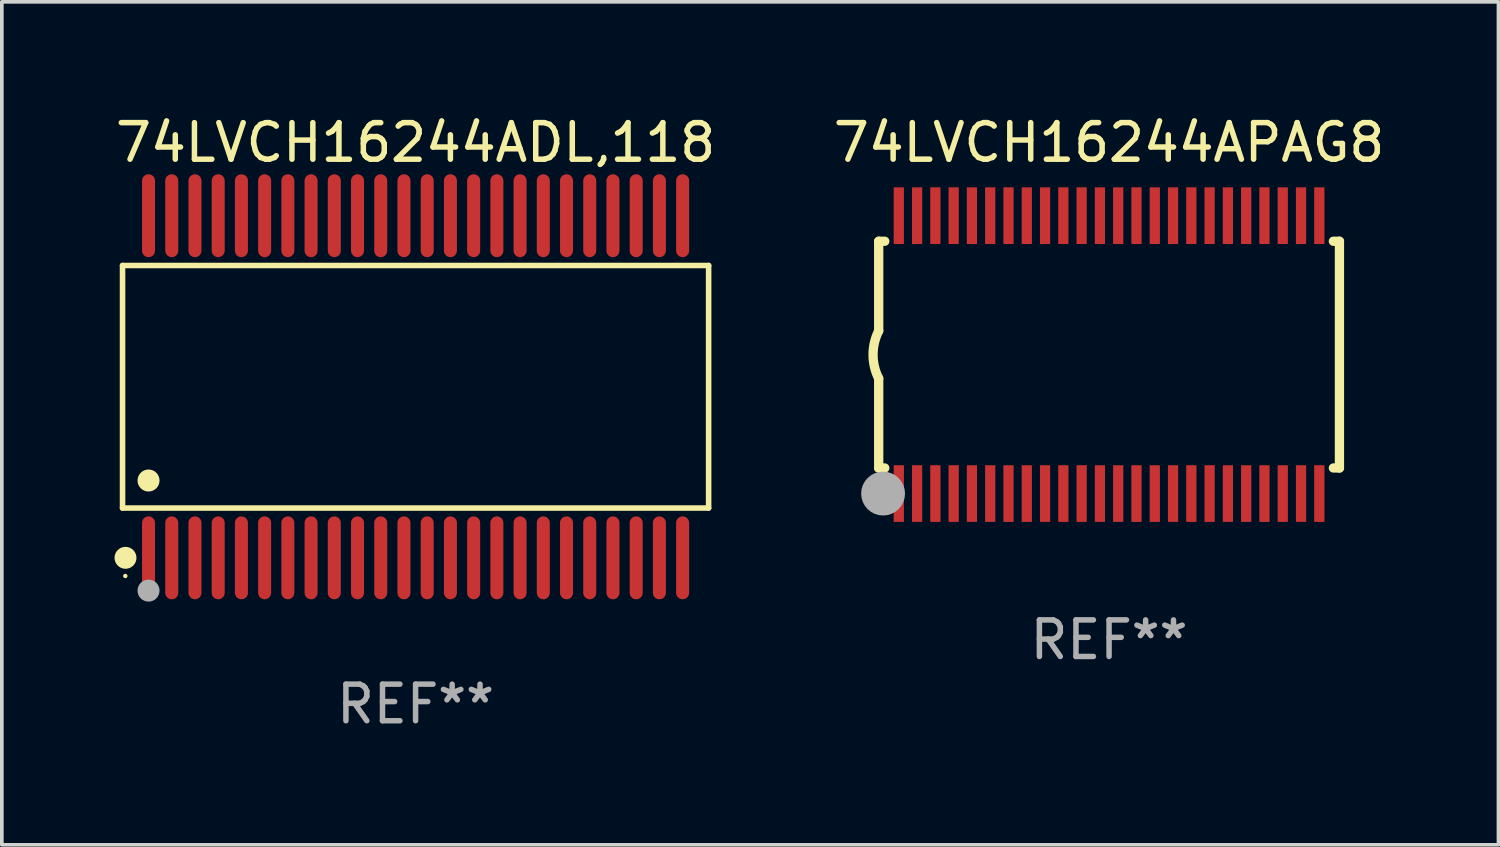
<source format=kicad_pcb>
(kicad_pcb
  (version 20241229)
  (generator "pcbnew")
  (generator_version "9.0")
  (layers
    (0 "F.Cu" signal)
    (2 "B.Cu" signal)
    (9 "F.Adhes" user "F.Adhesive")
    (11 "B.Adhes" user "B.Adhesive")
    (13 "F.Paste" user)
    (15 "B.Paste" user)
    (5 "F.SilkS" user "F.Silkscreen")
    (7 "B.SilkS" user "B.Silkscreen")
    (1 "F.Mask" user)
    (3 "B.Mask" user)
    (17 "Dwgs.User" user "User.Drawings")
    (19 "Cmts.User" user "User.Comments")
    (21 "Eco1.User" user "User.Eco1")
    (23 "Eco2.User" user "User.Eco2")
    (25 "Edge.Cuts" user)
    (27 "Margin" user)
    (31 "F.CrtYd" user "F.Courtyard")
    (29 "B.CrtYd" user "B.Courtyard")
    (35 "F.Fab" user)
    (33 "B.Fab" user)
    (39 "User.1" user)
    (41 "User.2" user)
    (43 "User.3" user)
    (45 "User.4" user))
  (footprint "74LVCH16244APAG8"
    (layer "F.Cu")
    (at 27.28 6.648)
    (property "Reference" "74LVCH16244APAG8" (at 0 -5.8 0) (layer "F.SilkS") (effects (font (size 1 1) (thickness 0.15))))
    (attr through_hole)
    (fp_line (start -6.3 -3.1) (end -6.3 -0.65) (stroke (width 0.254) (type solid)) (layer "F.SilkS"))
    (fp_line (start -6.3 -3.1) (end -6.134 -3.1) (stroke (width 0.254) (type solid)) (layer "F.SilkS"))
    (fp_line (start -6.3 3.1) (end -6.3 0.65) (stroke (width 0.254) (type solid)) (layer "F.SilkS"))
    (fp_line (start -6.3 3.1) (end -6.134 3.1) (stroke (width 0.254) (type solid)) (layer "F.SilkS"))
    (fp_line (start 6.134 -3.1) (end 6.3 -3.1) (stroke (width 0.254) (type solid)) (layer "F.SilkS"))
    (fp_line (start 6.134 3.1) (end 6.3 3.1) (stroke (width 0.254) (type solid)) (layer "F.SilkS"))
    (fp_line (start 6.3 -3.1) (end 6.3 3.1) (stroke (width 0.254) (type solid)) (layer "F.SilkS"))
    (fp_arc (start -6.301016 0.650114) (mid -6.45413 -0.000082) (end -6.3 -0.650038) (stroke (width 0.254001) (type solid)) (layer "F.SilkS"))
    (fp_circle (center -6.35 3.81) (end -6.223 3.81) (stroke (width 0.254) (type solid)) (fill no) (layer "F.SilkS"))
    (fp_circle (center -6.25 4.05) (end -6.22 4.05) (stroke (width 0.06) (type solid)) (fill no) (layer "F.SilkS"))
    (fp_circle (center -6.18 3.8) (end -5.88 3.8) (stroke (width 0.6) (type solid)) (fill no) (layer "F.Fab"))
    (fp_text user "REF**" (at 0 7.8 0) (layer "F.Fab") (effects (font (size 1 1) (thickness 0.15))))
    (pad "1" smd rect (at -5.75 3.8) (size 0.28 1.55) (layers "F.Cu" "F.Mask" "F.Paste"))
    (pad "2" smd rect (at -5.25 3.8) (size 0.28 1.55) (layers "F.Cu" "F.Mask" "F.Paste"))
    (pad "3" smd rect (at -4.75 3.8) (size 0.28 1.55) (layers "F.Cu" "F.Mask" "F.Paste"))
    (pad "4" smd rect (at -4.25 3.8) (size 0.28 1.55) (layers "F.Cu" "F.Mask" "F.Paste"))
    (pad "5" smd rect (at -3.75 3.8) (size 0.28 1.55) (layers "F.Cu" "F.Mask" "F.Paste"))
    (pad "6" smd rect (at -3.25 3.8) (size 0.28 1.55) (layers "F.Cu" "F.Mask" "F.Paste"))
    (pad "7" smd rect (at -2.75 3.8) (size 0.28 1.55) (layers "F.Cu" "F.Mask" "F.Paste"))
    (pad "8" smd rect (at -2.25 3.8) (size 0.28 1.55) (layers "F.Cu" "F.Mask" "F.Paste"))
    (pad "9" smd rect (at -1.75 3.8) (size 0.28 1.55) (layers "F.Cu" "F.Mask" "F.Paste"))
    (pad "10" smd rect (at -1.25 3.8) (size 0.28 1.55) (layers "F.Cu" "F.Mask" "F.Paste"))
    (pad "11" smd rect (at -0.75 3.8) (size 0.28 1.55) (layers "F.Cu" "F.Mask" "F.Paste"))
    (pad "12" smd rect (at -0.25 3.8) (size 0.28 1.55) (layers "F.Cu" "F.Mask" "F.Paste"))
    (pad "13" smd rect (at 0.25 3.8) (size 0.28 1.55) (layers "F.Cu" "F.Mask" "F.Paste"))
    (pad "14" smd rect (at 0.75 3.8) (size 0.28 1.55) (layers "F.Cu" "F.Mask" "F.Paste"))
    (pad "15" smd rect (at 1.25 3.8) (size 0.28 1.55) (layers "F.Cu" "F.Mask" "F.Paste"))
    (pad "16" smd rect (at 1.75 3.8) (size 0.28 1.55) (layers "F.Cu" "F.Mask" "F.Paste"))
    (pad "17" smd rect (at 2.25 3.8) (size 0.28 1.55) (layers "F.Cu" "F.Mask" "F.Paste"))
    (pad "18" smd rect (at 2.75 3.8) (size 0.28 1.55) (layers "F.Cu" "F.Mask" "F.Paste"))
    (pad "19" smd rect (at 3.25 3.8) (size 0.28 1.55) (layers "F.Cu" "F.Mask" "F.Paste"))
    (pad "20" smd rect (at 3.75 3.8) (size 0.28 1.55) (layers "F.Cu" "F.Mask" "F.Paste"))
    (pad "21" smd rect (at 4.25 3.8) (size 0.28 1.55) (layers "F.Cu" "F.Mask" "F.Paste"))
    (pad "22" smd rect (at 4.75 3.8) (size 0.28 1.55) (layers "F.Cu" "F.Mask" "F.Paste"))
    (pad "23" smd rect (at 5.25 3.8) (size 0.28 1.55) (layers "F.Cu" "F.Mask" "F.Paste"))
    (pad "24" smd rect (at 5.75 3.8) (size 0.28 1.55) (layers "F.Cu" "F.Mask" "F.Paste"))
    (pad "25" smd rect (at 5.75 -3.8) (size 0.28 1.55) (layers "F.Cu" "F.Mask" "F.Paste"))
    (pad "26" smd rect (at 5.25 -3.8) (size 0.28 1.55) (layers "F.Cu" "F.Mask" "F.Paste"))
    (pad "27" smd rect (at 4.75 -3.8) (size 0.28 1.55) (layers "F.Cu" "F.Mask" "F.Paste"))
    (pad "28" smd rect (at 4.25 -3.8) (size 0.28 1.55) (layers "F.Cu" "F.Mask" "F.Paste"))
    (pad "29" smd rect (at 3.75 -3.8) (size 0.28 1.55) (layers "F.Cu" "F.Mask" "F.Paste"))
    (pad "30" smd rect (at 3.25 -3.8) (size 0.28 1.55) (layers "F.Cu" "F.Mask" "F.Paste"))
    (pad "31" smd rect (at 2.75 -3.8) (size 0.28 1.55) (layers "F.Cu" "F.Mask" "F.Paste"))
    (pad "32" smd rect (at 2.25 -3.8) (size 0.28 1.55) (layers "F.Cu" "F.Mask" "F.Paste"))
    (pad "33" smd rect (at 1.75 -3.8) (size 0.28 1.55) (layers "F.Cu" "F.Mask" "F.Paste"))
    (pad "34" smd rect (at 1.25 -3.8) (size 0.28 1.55) (layers "F.Cu" "F.Mask" "F.Paste"))
    (pad "35" smd rect (at 0.75 -3.8) (size 0.28 1.55) (layers "F.Cu" "F.Mask" "F.Paste"))
    (pad "36" smd rect (at 0.25 -3.8) (size 0.28 1.55) (layers "F.Cu" "F.Mask" "F.Paste"))
    (pad "37" smd rect (at -0.25 -3.8) (size 0.28 1.55) (layers "F.Cu" "F.Mask" "F.Paste"))
    (pad "38" smd rect (at -0.75 -3.8) (size 0.28 1.55) (layers "F.Cu" "F.Mask" "F.Paste"))
    (pad "39" smd rect (at -1.25 -3.8) (size 0.28 1.55) (layers "F.Cu" "F.Mask" "F.Paste"))
    (pad "40" smd rect (at -1.75 -3.8) (size 0.28 1.55) (layers "F.Cu" "F.Mask" "F.Paste"))
    (pad "41" smd rect (at -2.25 -3.8) (size 0.28 1.55) (layers "F.Cu" "F.Mask" "F.Paste"))
    (pad "42" smd rect (at -2.75 -3.8) (size 0.28 1.55) (layers "F.Cu" "F.Mask" "F.Paste"))
    (pad "43" smd rect (at -3.25 -3.8) (size 0.28 1.55) (layers "F.Cu" "F.Mask" "F.Paste"))
    (pad "44" smd rect (at -3.75 -3.8) (size 0.28 1.55) (layers "F.Cu" "F.Mask" "F.Paste"))
    (pad "45" smd rect (at -4.25 -3.8) (size 0.28 1.55) (layers "F.Cu" "F.Mask" "F.Paste"))
    (pad "46" smd rect (at -4.75 -3.8) (size 0.28 1.55) (layers "F.Cu" "F.Mask" "F.Paste"))
    (pad "47" smd rect (at -5.25 -3.8) (size 0.28 1.55) (layers "F.Cu" "F.Mask" "F.Paste"))
    (pad "48" smd rect (at -5.75 -3.8) (size 0.28 1.55) (layers "F.Cu" "F.Mask" "F.Paste")))
  (footprint "74LVCH16244ADL,118"
    (layer "F.Cu")
    (at 8.315 7.527)
    (property "Reference" "74LVCH16244ADL,118" (at 0 -6.678 0) (layer "F.SilkS") (effects (font (size 1 1) (thickness 0.15))))
    (attr through_hole)
    (fp_line (start -8.014 -3.316) (end 8.014 -3.316) (stroke (width 0.152) (type solid)) (layer "F.SilkS"))
    (fp_line (start -8.014 3.316) (end -8.014 -3.316) (stroke (width 0.152) (type solid)) (layer "F.SilkS"))
    (fp_line (start 8.014 -3.316) (end 8.014 3.316) (stroke (width 0.152) (type solid)) (layer "F.SilkS"))
    (fp_line (start 8.014 3.316) (end -8.014 3.316) (stroke (width 0.152) (type solid)) (layer "F.SilkS"))
    (fp_circle (center -7.938 5.175) (end -7.908 5.175) (stroke (width 0.06) (type solid)) (fill no) (layer "F.SilkS"))
    (fp_circle (center -7.933 4.678) (end -7.783 4.678) (stroke (width 0.3) (type solid)) (fill no) (layer "F.SilkS"))
    (fp_circle (center -7.303 2.564) (end -7.152 2.564) (stroke (width 0.3) (type solid)) (fill no) (layer "F.SilkS"))
    (fp_circle (center -7.303 5.575) (end -7.152 5.575) (stroke (width 0.3) (type solid)) (fill no) (layer "F.Fab"))
    (fp_text user "REF**" (at 0 8.678 0) (layer "F.Fab") (effects (font (size 1 1) (thickness 0.15))))
    (pad "1" smd oval (at -7.303 4.678) (size 0.356 2.267) (layers "F.Cu" "F.Mask" "F.Paste"))
    (pad "2" smd oval (at -6.668 4.678) (size 0.356 2.267) (layers "F.Cu" "F.Mask" "F.Paste"))
    (pad "3" smd oval (at -6.033 4.678) (size 0.356 2.267) (layers "F.Cu" "F.Mask" "F.Paste"))
    (pad "4" smd oval (at -5.398 4.678) (size 0.356 2.267) (layers "F.Cu" "F.Mask" "F.Paste"))
    (pad "5" smd oval (at -4.763 4.678) (size 0.356 2.267) (layers "F.Cu" "F.Mask" "F.Paste"))
    (pad "6" smd oval (at -4.128 4.678) (size 0.356 2.267) (layers "F.Cu" "F.Mask" "F.Paste"))
    (pad "7" smd oval (at -3.493 4.678) (size 0.356 2.267) (layers "F.Cu" "F.Mask" "F.Paste"))
    (pad "8" smd oval (at -2.858 4.678) (size 0.356 2.267) (layers "F.Cu" "F.Mask" "F.Paste"))
    (pad "9" smd oval (at -2.223 4.678) (size 0.356 2.267) (layers "F.Cu" "F.Mask" "F.Paste"))
    (pad "10" smd oval (at -1.588 4.678) (size 0.356 2.267) (layers "F.Cu" "F.Mask" "F.Paste"))
    (pad "11" smd oval (at -0.953 4.678) (size 0.356 2.267) (layers "F.Cu" "F.Mask" "F.Paste"))
    (pad "12" smd oval (at -0.318 4.678) (size 0.356 2.267) (layers "F.Cu" "F.Mask" "F.Paste"))
    (pad "13" smd oval (at 0.318 4.678) (size 0.356 2.267) (layers "F.Cu" "F.Mask" "F.Paste"))
    (pad "14" smd oval (at 0.953 4.678) (size 0.356 2.267) (layers "F.Cu" "F.Mask" "F.Paste"))
    (pad "15" smd oval (at 1.588 4.678) (size 0.356 2.267) (layers "F.Cu" "F.Mask" "F.Paste"))
    (pad "16" smd oval (at 2.223 4.678) (size 0.356 2.267) (layers "F.Cu" "F.Mask" "F.Paste"))
    (pad "17" smd oval (at 2.858 4.678) (size 0.356 2.267) (layers "F.Cu" "F.Mask" "F.Paste"))
    (pad "18" smd oval (at 3.493 4.678) (size 0.356 2.267) (layers "F.Cu" "F.Mask" "F.Paste"))
    (pad "19" smd oval (at 4.128 4.678) (size 0.356 2.267) (layers "F.Cu" "F.Mask" "F.Paste"))
    (pad "20" smd oval (at 4.763 4.678) (size 0.356 2.267) (layers "F.Cu" "F.Mask" "F.Paste"))
    (pad "21" smd oval (at 5.398 4.678) (size 0.356 2.267) (layers "F.Cu" "F.Mask" "F.Paste"))
    (pad "22" smd oval (at 6.033 4.678) (size 0.356 2.267) (layers "F.Cu" "F.Mask" "F.Paste"))
    (pad "23" smd oval (at 6.668 4.678) (size 0.356 2.267) (layers "F.Cu" "F.Mask" "F.Paste"))
    (pad "24" smd oval (at 7.303 4.678) (size 0.356 2.267) (layers "F.Cu" "F.Mask" "F.Paste"))
    (pad "25" smd oval (at 7.303 -4.678) (size 0.356 2.267) (layers "F.Cu" "F.Mask" "F.Paste"))
    (pad "26" smd oval (at 6.668 -4.678) (size 0.356 2.267) (layers "F.Cu" "F.Mask" "F.Paste"))
    (pad "27" smd oval (at 6.033 -4.678) (size 0.356 2.267) (layers "F.Cu" "F.Mask" "F.Paste"))
    (pad "28" smd oval (at 5.398 -4.678) (size 0.356 2.267) (layers "F.Cu" "F.Mask" "F.Paste"))
    (pad "29" smd oval (at 4.763 -4.678) (size 0.356 2.267) (layers "F.Cu" "F.Mask" "F.Paste"))
    (pad "30" smd oval (at 4.128 -4.678) (size 0.356 2.267) (layers "F.Cu" "F.Mask" "F.Paste"))
    (pad "31" smd oval (at 3.493 -4.678) (size 0.356 2.267) (layers "F.Cu" "F.Mask" "F.Paste"))
    (pad "32" smd oval (at 2.858 -4.678) (size 0.356 2.267) (layers "F.Cu" "F.Mask" "F.Paste"))
    (pad "33" smd oval (at 2.223 -4.678) (size 0.356 2.267) (layers "F.Cu" "F.Mask" "F.Paste"))
    (pad "34" smd oval (at 1.588 -4.678) (size 0.356 2.267) (layers "F.Cu" "F.Mask" "F.Paste"))
    (pad "35" smd oval (at 0.953 -4.678) (size 0.356 2.267) (layers "F.Cu" "F.Mask" "F.Paste"))
    (pad "36" smd oval (at 0.318 -4.678) (size 0.356 2.267) (layers "F.Cu" "F.Mask" "F.Paste"))
    (pad "37" smd oval (at -0.318 -4.678) (size 0.356 2.267) (layers "F.Cu" "F.Mask" "F.Paste"))
    (pad "38" smd oval (at -0.953 -4.678) (size 0.356 2.267) (layers "F.Cu" "F.Mask" "F.Paste"))
    (pad "39" smd oval (at -1.588 -4.678) (size 0.356 2.267) (layers "F.Cu" "F.Mask" "F.Paste"))
    (pad "40" smd oval (at -2.223 -4.678) (size 0.356 2.267) (layers "F.Cu" "F.Mask" "F.Paste"))
    (pad "41" smd oval (at -2.858 -4.678) (size 0.356 2.267) (layers "F.Cu" "F.Mask" "F.Paste"))
    (pad "42" smd oval (at -3.493 -4.678) (size 0.356 2.267) (layers "F.Cu" "F.Mask" "F.Paste"))
    (pad "43" smd oval (at -4.128 -4.678) (size 0.356 2.267) (layers "F.Cu" "F.Mask" "F.Paste"))
    (pad "44" smd oval (at -4.763 -4.678) (size 0.356 2.267) (layers "F.Cu" "F.Mask" "F.Paste"))
    (pad "45" smd oval (at -5.398 -4.678) (size 0.356 2.267) (layers "F.Cu" "F.Mask" "F.Paste"))
    (pad "46" smd oval (at -6.033 -4.678) (size 0.356 2.267) (layers "F.Cu" "F.Mask" "F.Paste"))
    (pad "47" smd oval (at -6.668 -4.678) (size 0.356 2.267) (layers "F.Cu" "F.Mask" "F.Paste"))
    (pad "48" smd oval (at -7.303 -4.678) (size 0.356 2.267) (layers "F.Cu" "F.Mask" "F.Paste")))
  (gr_rect
    (start -3 -3)
    (end 37.929 20.053)
    (stroke (width 0.1) (type default))
    (fill no)
    (layer "Edge.Cuts")))
</source>
